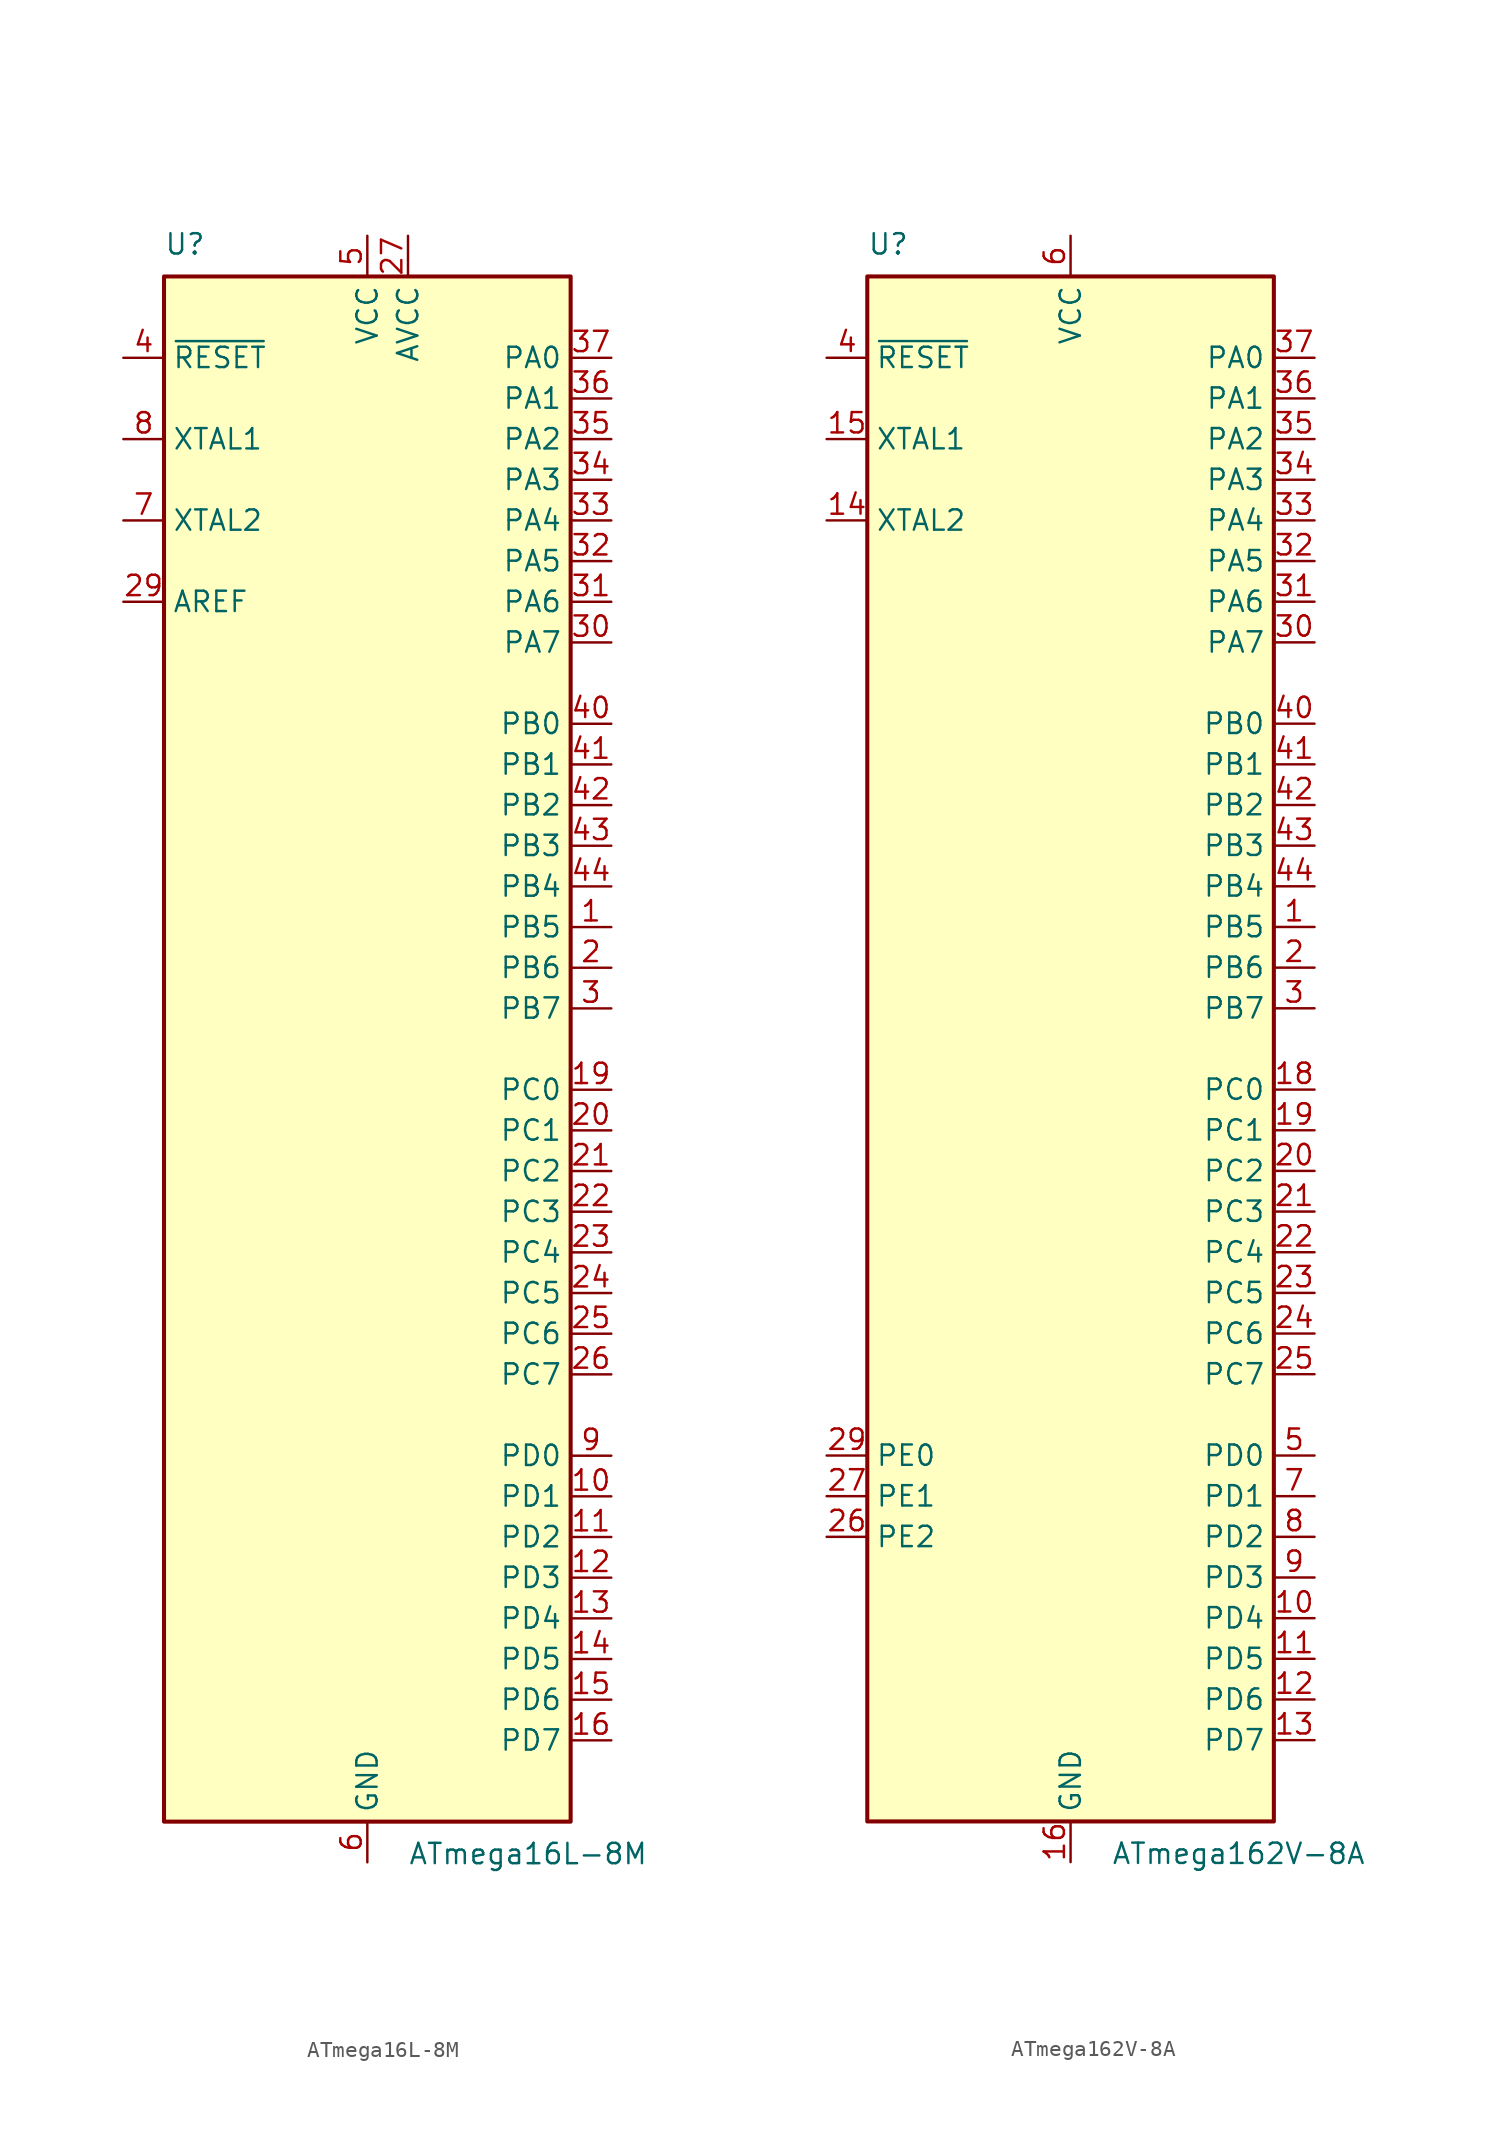
<source format=kicad_sym>
(kicad_symbol_lib
  (version 20231120)
  (generator "kicad_symbol_editor")
  (generator_version "8.0")
  (symbol "ATmega16L-8M"
    (property "Reference" "U"
      (at -12.7 49.53 0)
      (effects (font (size 1.27 1.27)) (justify left bottom)))
    (property "Value" "ATmega16L-8M"
      (at 2.54 -49.53 0)
      (effects (font (size 1.27 1.27)) (justify left top)))
    (symbol "ATmega16L-8M_0_1"
      (rectangle (start -12.7 -48.26) (end 12.7 48.26) (stroke (width 0.254) (type default)) (fill (type background))))
    (symbol "ATmega16L-8M_1_1"
      (pin bidirectional line (at 15.24 7.62 180) (length 2.54) (name "PB5" (effects (font (size 1.27 1.27)))) (number "1" (effects (font (size 1.27 1.27)))))
      (pin bidirectional line (at 15.24 -27.94 180) (length 2.54) (name "PD1" (effects (font (size 1.27 1.27)))) (number "10" (effects (font (size 1.27 1.27)))))
      (pin bidirectional line (at 15.24 -30.48 180) (length 2.54) (name "PD2" (effects (font (size 1.27 1.27)))) (number "11" (effects (font (size 1.27 1.27)))))
      (pin bidirectional line (at 15.24 -33.02 180) (length 2.54) (name "PD3" (effects (font (size 1.27 1.27)))) (number "12" (effects (font (size 1.27 1.27)))))
      (pin bidirectional line (at 15.24 -35.56 180) (length 2.54) (name "PD4" (effects (font (size 1.27 1.27)))) (number "13" (effects (font (size 1.27 1.27)))))
      (pin bidirectional line (at 15.24 -38.1 180) (length 2.54) (name "PD5" (effects (font (size 1.27 1.27)))) (number "14" (effects (font (size 1.27 1.27)))))
      (pin bidirectional line (at 15.24 -40.64 180) (length 2.54) (name "PD6" (effects (font (size 1.27 1.27)))) (number "15" (effects (font (size 1.27 1.27)))))
      (pin bidirectional line (at 15.24 -43.18 180) (length 2.54) (name "PD7" (effects (font (size 1.27 1.27)))) (number "16" (effects (font (size 1.27 1.27)))))
      (pin passive line (at 0 50.8 270) (length 2.54) hide (name "VCC" (effects (font (size 1.27 1.27)))) (number "17" (effects (font (size 1.27 1.27)))))
      (pin passive line (at 0 -50.8 90) (length 2.54) hide (name "GND" (effects (font (size 1.27 1.27)))) (number "18" (effects (font (size 1.27 1.27)))))
      (pin bidirectional line (at 15.24 -2.54 180) (length 2.54) (name "PC0" (effects (font (size 1.27 1.27)))) (number "19" (effects (font (size 1.27 1.27)))))
      (pin bidirectional line (at 15.24 5.08 180) (length 2.54) (name "PB6" (effects (font (size 1.27 1.27)))) (number "2" (effects (font (size 1.27 1.27)))))
      (pin bidirectional line (at 15.24 -5.08 180) (length 2.54) (name "PC1" (effects (font (size 1.27 1.27)))) (number "20" (effects (font (size 1.27 1.27)))))
      (pin bidirectional line (at 15.24 -7.62 180) (length 2.54) (name "PC2" (effects (font (size 1.27 1.27)))) (number "21" (effects (font (size 1.27 1.27)))))
      (pin bidirectional line (at 15.24 -10.16 180) (length 2.54) (name "PC3" (effects (font (size 1.27 1.27)))) (number "22" (effects (font (size 1.27 1.27)))))
      (pin bidirectional line (at 15.24 -12.7 180) (length 2.54) (name "PC4" (effects (font (size 1.27 1.27)))) (number "23" (effects (font (size 1.27 1.27)))))
      (pin bidirectional line (at 15.24 -15.24 180) (length 2.54) (name "PC5" (effects (font (size 1.27 1.27)))) (number "24" (effects (font (size 1.27 1.27)))))
      (pin bidirectional line (at 15.24 -17.78 180) (length 2.54) (name "PC6" (effects (font (size 1.27 1.27)))) (number "25" (effects (font (size 1.27 1.27)))))
      (pin bidirectional line (at 15.24 -20.32 180) (length 2.54) (name "PC7" (effects (font (size 1.27 1.27)))) (number "26" (effects (font (size 1.27 1.27)))))
      (pin power_in line (at 2.54 50.8 270) (length 2.54) (name "AVCC" (effects (font (size 1.27 1.27)))) (number "27" (effects (font (size 1.27 1.27)))))
      (pin passive line (at 0 -50.8 90) (length 2.54) hide (name "GND" (effects (font (size 1.27 1.27)))) (number "28" (effects (font (size 1.27 1.27)))))
      (pin passive line (at -15.24 27.94 0) (length 2.54) (name "AREF" (effects (font (size 1.27 1.27)))) (number "29" (effects (font (size 1.27 1.27)))))
      (pin bidirectional line (at 15.24 2.54 180) (length 2.54) (name "PB7" (effects (font (size 1.27 1.27)))) (number "3" (effects (font (size 1.27 1.27)))))
      (pin bidirectional line (at 15.24 25.4 180) (length 2.54) (name "PA7" (effects (font (size 1.27 1.27)))) (number "30" (effects (font (size 1.27 1.27)))))
      (pin bidirectional line (at 15.24 27.94 180) (length 2.54) (name "PA6" (effects (font (size 1.27 1.27)))) (number "31" (effects (font (size 1.27 1.27)))))
      (pin bidirectional line (at 15.24 30.48 180) (length 2.54) (name "PA5" (effects (font (size 1.27 1.27)))) (number "32" (effects (font (size 1.27 1.27)))))
      (pin bidirectional line (at 15.24 33.02 180) (length 2.54) (name "PA4" (effects (font (size 1.27 1.27)))) (number "33" (effects (font (size 1.27 1.27)))))
      (pin bidirectional line (at 15.24 35.56 180) (length 2.54) (name "PA3" (effects (font (size 1.27 1.27)))) (number "34" (effects (font (size 1.27 1.27)))))
      (pin bidirectional line (at 15.24 38.1 180) (length 2.54) (name "PA2" (effects (font (size 1.27 1.27)))) (number "35" (effects (font (size 1.27 1.27)))))
      (pin bidirectional line (at 15.24 40.64 180) (length 2.54) (name "PA1" (effects (font (size 1.27 1.27)))) (number "36" (effects (font (size 1.27 1.27)))))
      (pin bidirectional line (at 15.24 43.18 180) (length 2.54) (name "PA0" (effects (font (size 1.27 1.27)))) (number "37" (effects (font (size 1.27 1.27)))))
      (pin passive line (at 0 50.8 270) (length 2.54) hide (name "VCC" (effects (font (size 1.27 1.27)))) (number "38" (effects (font (size 1.27 1.27)))))
      (pin passive line (at 0 -50.8 90) (length 2.54) hide (name "GND" (effects (font (size 1.27 1.27)))) (number "39" (effects (font (size 1.27 1.27)))))
      (pin input line (at -15.24 43.18 0) (length 2.54) (name "~{RESET}" (effects (font (size 1.27 1.27)))) (number "4" (effects (font (size 1.27 1.27)))))
      (pin bidirectional line (at 15.24 20.32 180) (length 2.54) (name "PB0" (effects (font (size 1.27 1.27)))) (number "40" (effects (font (size 1.27 1.27)))))
      (pin bidirectional line (at 15.24 17.78 180) (length 2.54) (name "PB1" (effects (font (size 1.27 1.27)))) (number "41" (effects (font (size 1.27 1.27)))))
      (pin bidirectional line (at 15.24 15.24 180) (length 2.54) (name "PB2" (effects (font (size 1.27 1.27)))) (number "42" (effects (font (size 1.27 1.27)))))
      (pin bidirectional line (at 15.24 12.7 180) (length 2.54) (name "PB3" (effects (font (size 1.27 1.27)))) (number "43" (effects (font (size 1.27 1.27)))))
      (pin bidirectional line (at 15.24 10.16 180) (length 2.54) (name "PB4" (effects (font (size 1.27 1.27)))) (number "44" (effects (font (size 1.27 1.27)))))
      (pin passive line (at 0 -50.8 90) (length 2.54) hide (name "GND" (effects (font (size 1.27 1.27)))) (number "45" (effects (font (size 1.27 1.27)))))
      (pin power_in line (at 0 50.8 270) (length 2.54) (name "VCC" (effects (font (size 1.27 1.27)))) (number "5" (effects (font (size 1.27 1.27)))))
      (pin power_in line (at 0 -50.8 90) (length 2.54) (name "GND" (effects (font (size 1.27 1.27)))) (number "6" (effects (font (size 1.27 1.27)))))
      (pin output line (at -15.24 33.02 0) (length 2.54) (name "XTAL2" (effects (font (size 1.27 1.27)))) (number "7" (effects (font (size 1.27 1.27)))))
      (pin input line (at -15.24 38.1 0) (length 2.54) (name "XTAL1" (effects (font (size 1.27 1.27)))) (number "8" (effects (font (size 1.27 1.27)))))
      (pin bidirectional line (at 15.24 -25.4 180) (length 2.54) (name "PD0" (effects (font (size 1.27 1.27)))) (number "9" (effects (font (size 1.27 1.27)))))))
  (symbol "ATmega162V-8A"
    (property "Reference" "U"
      (at -12.7 49.53 0)
      (effects (font (size 1.27 1.27)) (justify left bottom)))
    (property "Value" "ATmega162V-8A"
      (at 2.54 -49.53 0)
      (effects (font (size 1.27 1.27)) (justify left top)))
    (symbol "ATmega162V-8A_0_1"
      (rectangle (start -12.7 -48.26) (end 12.7 48.26) (stroke (width 0.254) (type default)) (fill (type background))))
    (symbol "ATmega162V-8A_1_1"
      (pin bidirectional line (at 15.24 7.62 180) (length 2.54) (name "PB5" (effects (font (size 1.27 1.27)))) (number "1" (effects (font (size 1.27 1.27)))))
      (pin bidirectional line (at 15.24 -35.56 180) (length 2.54) (name "PD4" (effects (font (size 1.27 1.27)))) (number "10" (effects (font (size 1.27 1.27)))))
      (pin bidirectional line (at 15.24 -38.1 180) (length 2.54) (name "PD5" (effects (font (size 1.27 1.27)))) (number "11" (effects (font (size 1.27 1.27)))))
      (pin bidirectional line (at 15.24 -40.64 180) (length 2.54) (name "PD6" (effects (font (size 1.27 1.27)))) (number "12" (effects (font (size 1.27 1.27)))))
      (pin bidirectional line (at 15.24 -43.18 180) (length 2.54) (name "PD7" (effects (font (size 1.27 1.27)))) (number "13" (effects (font (size 1.27 1.27)))))
      (pin output line (at -15.24 33.02 0) (length 2.54) (name "XTAL2" (effects (font (size 1.27 1.27)))) (number "14" (effects (font (size 1.27 1.27)))))
      (pin input line (at -15.24 38.1 0) (length 2.54) (name "XTAL1" (effects (font (size 1.27 1.27)))) (number "15" (effects (font (size 1.27 1.27)))))
      (pin power_in line (at 0 -50.8 90) (length 2.54) (name "GND" (effects (font (size 1.27 1.27)))) (number "16" (effects (font (size 1.27 1.27)))))
      (pin passive line (at 0 50.8 270) (length 2.54) hide (name "VCC" (effects (font (size 1.27 1.27)))) (number "17" (effects (font (size 1.27 1.27)))))
      (pin bidirectional line (at 15.24 -2.54 180) (length 2.54) (name "PC0" (effects (font (size 1.27 1.27)))) (number "18" (effects (font (size 1.27 1.27)))))
      (pin bidirectional line (at 15.24 -5.08 180) (length 2.54) (name "PC1" (effects (font (size 1.27 1.27)))) (number "19" (effects (font (size 1.27 1.27)))))
      (pin bidirectional line (at 15.24 5.08 180) (length 2.54) (name "PB6" (effects (font (size 1.27 1.27)))) (number "2" (effects (font (size 1.27 1.27)))))
      (pin bidirectional line (at 15.24 -7.62 180) (length 2.54) (name "PC2" (effects (font (size 1.27 1.27)))) (number "20" (effects (font (size 1.27 1.27)))))
      (pin bidirectional line (at 15.24 -10.16 180) (length 2.54) (name "PC3" (effects (font (size 1.27 1.27)))) (number "21" (effects (font (size 1.27 1.27)))))
      (pin bidirectional line (at 15.24 -12.7 180) (length 2.54) (name "PC4" (effects (font (size 1.27 1.27)))) (number "22" (effects (font (size 1.27 1.27)))))
      (pin bidirectional line (at 15.24 -15.24 180) (length 2.54) (name "PC5" (effects (font (size 1.27 1.27)))) (number "23" (effects (font (size 1.27 1.27)))))
      (pin bidirectional line (at 15.24 -17.78 180) (length 2.54) (name "PC6" (effects (font (size 1.27 1.27)))) (number "24" (effects (font (size 1.27 1.27)))))
      (pin bidirectional line (at 15.24 -20.32 180) (length 2.54) (name "PC7" (effects (font (size 1.27 1.27)))) (number "25" (effects (font (size 1.27 1.27)))))
      (pin bidirectional line (at -15.24 -30.48 0) (length 2.54) (name "PE2" (effects (font (size 1.27 1.27)))) (number "26" (effects (font (size 1.27 1.27)))))
      (pin bidirectional line (at -15.24 -27.94 0) (length 2.54) (name "PE1" (effects (font (size 1.27 1.27)))) (number "27" (effects (font (size 1.27 1.27)))))
      (pin passive line (at 0 -50.8 90) (length 2.54) hide (name "GND" (effects (font (size 1.27 1.27)))) (number "28" (effects (font (size 1.27 1.27)))))
      (pin bidirectional line (at -15.24 -25.4 0) (length 2.54) (name "PE0" (effects (font (size 1.27 1.27)))) (number "29" (effects (font (size 1.27 1.27)))))
      (pin bidirectional line (at 15.24 2.54 180) (length 2.54) (name "PB7" (effects (font (size 1.27 1.27)))) (number "3" (effects (font (size 1.27 1.27)))))
      (pin bidirectional line (at 15.24 25.4 180) (length 2.54) (name "PA7" (effects (font (size 1.27 1.27)))) (number "30" (effects (font (size 1.27 1.27)))))
      (pin bidirectional line (at 15.24 27.94 180) (length 2.54) (name "PA6" (effects (font (size 1.27 1.27)))) (number "31" (effects (font (size 1.27 1.27)))))
      (pin bidirectional line (at 15.24 30.48 180) (length 2.54) (name "PA5" (effects (font (size 1.27 1.27)))) (number "32" (effects (font (size 1.27 1.27)))))
      (pin bidirectional line (at 15.24 33.02 180) (length 2.54) (name "PA4" (effects (font (size 1.27 1.27)))) (number "33" (effects (font (size 1.27 1.27)))))
      (pin bidirectional line (at 15.24 35.56 180) (length 2.54) (name "PA3" (effects (font (size 1.27 1.27)))) (number "34" (effects (font (size 1.27 1.27)))))
      (pin bidirectional line (at 15.24 38.1 180) (length 2.54) (name "PA2" (effects (font (size 1.27 1.27)))) (number "35" (effects (font (size 1.27 1.27)))))
      (pin bidirectional line (at 15.24 40.64 180) (length 2.54) (name "PA1" (effects (font (size 1.27 1.27)))) (number "36" (effects (font (size 1.27 1.27)))))
      (pin bidirectional line (at 15.24 43.18 180) (length 2.54) (name "PA0" (effects (font (size 1.27 1.27)))) (number "37" (effects (font (size 1.27 1.27)))))
      (pin passive line (at 0 50.8 270) (length 2.54) hide (name "VCC" (effects (font (size 1.27 1.27)))) (number "38" (effects (font (size 1.27 1.27)))))
      (pin passive line (at 0 -50.8 90) (length 2.54) hide (name "GND" (effects (font (size 1.27 1.27)))) (number "39" (effects (font (size 1.27 1.27)))))
      (pin input line (at -15.24 43.18 0) (length 2.54) (name "~{RESET}" (effects (font (size 1.27 1.27)))) (number "4" (effects (font (size 1.27 1.27)))))
      (pin bidirectional line (at 15.24 20.32 180) (length 2.54) (name "PB0" (effects (font (size 1.27 1.27)))) (number "40" (effects (font (size 1.27 1.27)))))
      (pin bidirectional line (at 15.24 17.78 180) (length 2.54) (name "PB1" (effects (font (size 1.27 1.27)))) (number "41" (effects (font (size 1.27 1.27)))))
      (pin bidirectional line (at 15.24 15.24 180) (length 2.54) (name "PB2" (effects (font (size 1.27 1.27)))) (number "42" (effects (font (size 1.27 1.27)))))
      (pin bidirectional line (at 15.24 12.7 180) (length 2.54) (name "PB3" (effects (font (size 1.27 1.27)))) (number "43" (effects (font (size 1.27 1.27)))))
      (pin bidirectional line (at 15.24 10.16 180) (length 2.54) (name "PB4" (effects (font (size 1.27 1.27)))) (number "44" (effects (font (size 1.27 1.27)))))
      (pin bidirectional line (at 15.24 -25.4 180) (length 2.54) (name "PD0" (effects (font (size 1.27 1.27)))) (number "5" (effects (font (size 1.27 1.27)))))
      (pin power_in line (at 0 50.8 270) (length 2.54) (name "VCC" (effects (font (size 1.27 1.27)))) (number "6" (effects (font (size 1.27 1.27)))))
      (pin bidirectional line (at 15.24 -27.94 180) (length 2.54) (name "PD1" (effects (font (size 1.27 1.27)))) (number "7" (effects (font (size 1.27 1.27)))))
      (pin bidirectional line (at 15.24 -30.48 180) (length 2.54) (name "PD2" (effects (font (size 1.27 1.27)))) (number "8" (effects (font (size 1.27 1.27)))))
      (pin bidirectional line (at 15.24 -33.02 180) (length 2.54) (name "PD3" (effects (font (size 1.27 1.27)))) (number "9" (effects (font (size 1.27 1.27))))))))
</source>
